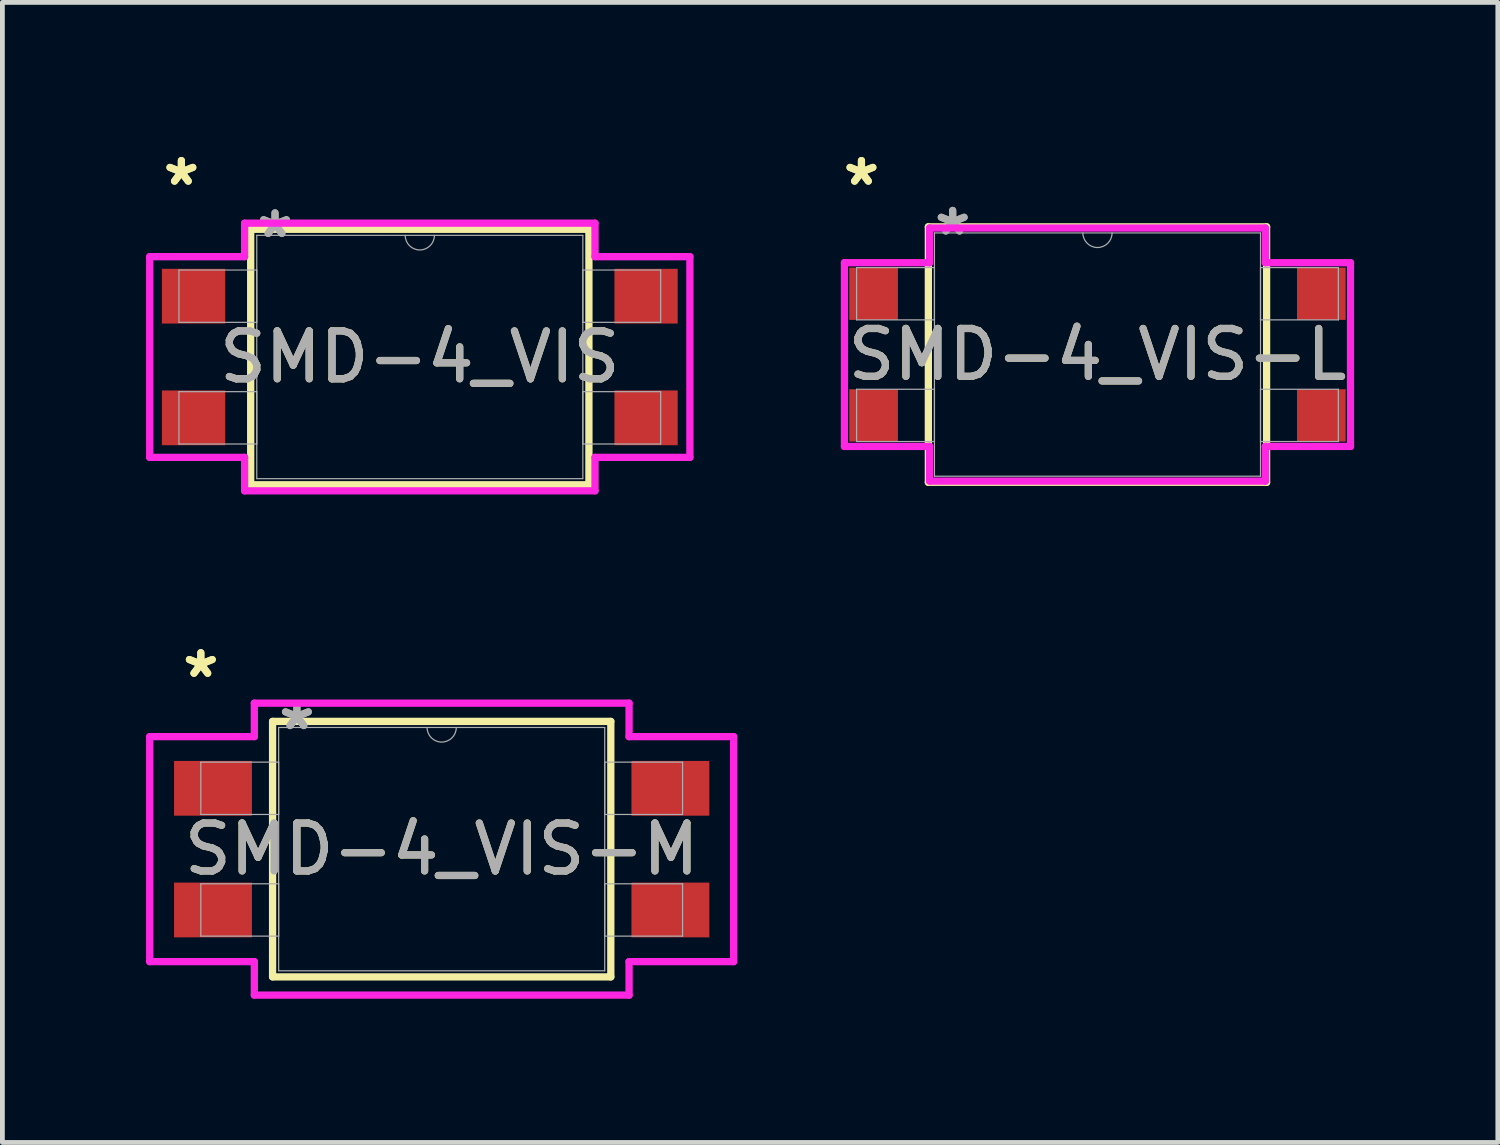
<source format=kicad_pcb>
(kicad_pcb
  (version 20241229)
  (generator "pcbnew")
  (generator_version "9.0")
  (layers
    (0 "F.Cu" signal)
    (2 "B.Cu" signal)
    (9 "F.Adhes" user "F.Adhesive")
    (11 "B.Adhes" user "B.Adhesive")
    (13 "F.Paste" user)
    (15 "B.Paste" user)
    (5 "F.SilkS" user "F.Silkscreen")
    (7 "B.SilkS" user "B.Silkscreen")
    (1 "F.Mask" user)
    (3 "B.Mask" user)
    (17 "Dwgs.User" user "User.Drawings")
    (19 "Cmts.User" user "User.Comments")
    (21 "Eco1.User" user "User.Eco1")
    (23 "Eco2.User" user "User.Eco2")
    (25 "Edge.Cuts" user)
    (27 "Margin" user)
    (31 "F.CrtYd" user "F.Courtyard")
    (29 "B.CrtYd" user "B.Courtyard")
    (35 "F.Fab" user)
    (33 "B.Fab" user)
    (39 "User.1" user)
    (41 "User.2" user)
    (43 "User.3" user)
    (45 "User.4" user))
  (footprint "SMD-4_VIS-M"
    (layer "F.Cu")
    (at 6.172 14.679)
    (property "Reference" "SMD-4_VIS-M" (at 0 0 0) (unlocked yes) (layer "F.SilkS") (effects (font (size 1 1) (thickness 0.15))))
    (attr smd)
    (fp_line (start -3.531 -2.667) (end -3.531 2.667) (stroke (width 0.152) (type solid)) (layer "F.SilkS"))
    (fp_line (start -3.531 2.667) (end 3.531 2.667) (stroke (width 0.152) (type solid)) (layer "F.SilkS"))
    (fp_line (start 3.531 -2.667) (end -3.531 -2.667) (stroke (width 0.152) (type solid)) (layer "F.SilkS"))
    (fp_line (start 3.531 2.667) (end 3.531 -2.667) (stroke (width 0.152) (type solid)) (layer "F.SilkS"))
    (fp_line (start -6.096 -2.349) (end -3.912 -2.349) (stroke (width 0.152) (type solid)) (layer "F.CrtYd"))
    (fp_line (start -6.096 2.349) (end -6.096 -2.349) (stroke (width 0.152) (type solid)) (layer "F.CrtYd"))
    (fp_line (start -6.096 2.349) (end -3.912 2.349) (stroke (width 0.152) (type solid)) (layer "F.CrtYd"))
    (fp_line (start -3.912 -3.048) (end 3.912 -3.048) (stroke (width 0.152) (type solid)) (layer "F.CrtYd"))
    (fp_line (start -3.912 -2.349) (end -3.912 -3.048) (stroke (width 0.152) (type solid)) (layer "F.CrtYd"))
    (fp_line (start -3.912 3.048) (end -3.912 2.349) (stroke (width 0.152) (type solid)) (layer "F.CrtYd"))
    (fp_line (start 3.912 -3.048) (end 3.912 -2.349) (stroke (width 0.152) (type solid)) (layer "F.CrtYd"))
    (fp_line (start 3.912 2.349) (end 3.912 3.048) (stroke (width 0.152) (type solid)) (layer "F.CrtYd"))
    (fp_line (start 3.912 3.048) (end -3.912 3.048) (stroke (width 0.152) (type solid)) (layer "F.CrtYd"))
    (fp_line (start 6.096 -2.349) (end 3.912 -2.349) (stroke (width 0.152) (type solid)) (layer "F.CrtYd"))
    (fp_line (start 6.096 -2.349) (end 6.096 2.349) (stroke (width 0.152) (type solid)) (layer "F.CrtYd"))
    (fp_line (start 6.096 2.349) (end 3.912 2.349) (stroke (width 0.152) (type solid)) (layer "F.CrtYd"))
    (fp_line (start -5.029 -1.816) (end -5.029 -0.724) (stroke (width 0.025) (type solid)) (layer "F.Fab"))
    (fp_line (start -5.029 -0.724) (end -3.404 -0.724) (stroke (width 0.025) (type solid)) (layer "F.Fab"))
    (fp_line (start -5.029 0.724) (end -5.029 1.816) (stroke (width 0.025) (type solid)) (layer "F.Fab"))
    (fp_line (start -5.029 1.816) (end -3.404 1.816) (stroke (width 0.025) (type solid)) (layer "F.Fab"))
    (fp_line (start -3.404 -2.54) (end -3.404 2.54) (stroke (width 0.025) (type solid)) (layer "F.Fab"))
    (fp_line (start -3.404 -1.816) (end -5.029 -1.816) (stroke (width 0.025) (type solid)) (layer "F.Fab"))
    (fp_line (start -3.404 -0.724) (end -3.404 -1.816) (stroke (width 0.025) (type solid)) (layer "F.Fab"))
    (fp_line (start -3.404 0.724) (end -5.029 0.724) (stroke (width 0.025) (type solid)) (layer "F.Fab"))
    (fp_line (start -3.404 1.816) (end -3.404 0.724) (stroke (width 0.025) (type solid)) (layer "F.Fab"))
    (fp_line (start -3.404 2.54) (end 3.404 2.54) (stroke (width 0.025) (type solid)) (layer "F.Fab"))
    (fp_line (start 3.404 -2.54) (end -3.404 -2.54) (stroke (width 0.025) (type solid)) (layer "F.Fab"))
    (fp_line (start 3.404 -1.816) (end 3.404 -0.724) (stroke (width 0.025) (type solid)) (layer "F.Fab"))
    (fp_line (start 3.404 -0.724) (end 5.029 -0.724) (stroke (width 0.025) (type solid)) (layer "F.Fab"))
    (fp_line (start 3.404 0.724) (end 3.404 1.816) (stroke (width 0.025) (type solid)) (layer "F.Fab"))
    (fp_line (start 3.404 1.816) (end 5.029 1.816) (stroke (width 0.025) (type solid)) (layer "F.Fab"))
    (fp_line (start 3.404 2.54) (end 3.404 -2.54) (stroke (width 0.025) (type solid)) (layer "F.Fab"))
    (fp_line (start 5.029 -1.816) (end 3.404 -1.816) (stroke (width 0.025) (type solid)) (layer "F.Fab"))
    (fp_line (start 5.029 -0.724) (end 5.029 -1.816) (stroke (width 0.025) (type solid)) (layer "F.Fab"))
    (fp_line (start 5.029 0.724) (end 3.404 0.724) (stroke (width 0.025) (type solid)) (layer "F.Fab"))
    (fp_line (start 5.029 1.816) (end 5.029 0.724) (stroke (width 0.025) (type solid)) (layer "F.Fab"))
    (fp_arc (start 0.3048 -2.54) (mid 0 -2.2352) (end -0.3048 -2.54) (stroke (width 0.0254) (type solid)) (layer "F.Fab"))
    (fp_text user "*" (at -5.029 -3.556 0) (unlocked yes) (layer "F.SilkS") (effects (font (size 1 1) (thickness 0.15))))
    (fp_text user "*" (at -5.029 -3.556 0) (layer "F.SilkS") (effects (font (size 1 1) (thickness 0.15))))
    (fp_text user "${REFERENCE}" (at 0 0 0) (unlocked yes) (layer "F.Fab") (effects (font (size 1 1) (thickness 0.15))))
    (fp_text user "*" (at -3.023 -2.464 0) (layer "F.Fab") (effects (font (size 1 1) (thickness 0.15))))
    (fp_text user "*" (at -3.023 -2.464 0) (unlocked yes) (layer "F.Fab") (effects (font (size 1 1) (thickness 0.15))))
    (pad "1" smd rect (at -4.775 -1.27) (size 1.626 1.143) (layers "F.Cu" "F.Mask" "F.Paste"))
    (pad "2" smd rect (at -4.775 1.27) (size 1.626 1.143) (layers "F.Cu" "F.Mask" "F.Paste"))
    (pad "3" smd rect (at 4.775 1.27) (size 1.626 1.143) (layers "F.Cu" "F.Mask" "F.Paste"))
    (pad "4" smd rect (at 4.775 -1.27) (size 1.626 1.143) (layers "F.Cu" "F.Mask" "F.Paste")))
  (footprint "SMD-4_VIS-L"
    (layer "F.Cu")
    (at 19.864 4.353)
    (property "Reference" "SMD-4_VIS-L" (at 0 0 0) (unlocked yes) (layer "F.SilkS") (effects (font (size 1 1) (thickness 0.15))))
    (attr smd)
    (fp_line (start -3.531 -2.667) (end -3.531 2.667) (stroke (width 0.152) (type solid)) (layer "F.SilkS"))
    (fp_line (start -3.531 2.667) (end 3.531 2.667) (stroke (width 0.152) (type solid)) (layer "F.SilkS"))
    (fp_line (start 3.531 -2.667) (end -3.531 -2.667) (stroke (width 0.152) (type solid)) (layer "F.SilkS"))
    (fp_line (start 3.531 2.667) (end 3.531 -2.667) (stroke (width 0.152) (type solid)) (layer "F.SilkS"))
    (fp_line (start -5.283 -1.918) (end -3.505 -1.918) (stroke (width 0.152) (type solid)) (layer "F.CrtYd"))
    (fp_line (start -5.283 1.918) (end -5.283 -1.918) (stroke (width 0.152) (type solid)) (layer "F.CrtYd"))
    (fp_line (start -5.283 1.918) (end -3.505 1.918) (stroke (width 0.152) (type solid)) (layer "F.CrtYd"))
    (fp_line (start -3.505 -2.642) (end 3.505 -2.642) (stroke (width 0.152) (type solid)) (layer "F.CrtYd"))
    (fp_line (start -3.505 -1.918) (end -3.505 -2.642) (stroke (width 0.152) (type solid)) (layer "F.CrtYd"))
    (fp_line (start -3.505 2.642) (end -3.505 1.918) (stroke (width 0.152) (type solid)) (layer "F.CrtYd"))
    (fp_line (start 3.505 -2.642) (end 3.505 -1.918) (stroke (width 0.152) (type solid)) (layer "F.CrtYd"))
    (fp_line (start 3.505 1.918) (end 3.505 2.642) (stroke (width 0.152) (type solid)) (layer "F.CrtYd"))
    (fp_line (start 3.505 2.642) (end -3.505 2.642) (stroke (width 0.152) (type solid)) (layer "F.CrtYd"))
    (fp_line (start 5.283 -1.918) (end 3.505 -1.918) (stroke (width 0.152) (type solid)) (layer "F.CrtYd"))
    (fp_line (start 5.283 -1.918) (end 5.283 1.918) (stroke (width 0.152) (type solid)) (layer "F.CrtYd"))
    (fp_line (start 5.283 1.918) (end 3.505 1.918) (stroke (width 0.152) (type solid)) (layer "F.CrtYd"))
    (fp_line (start -5.029 -1.816) (end -5.029 -0.724) (stroke (width 0.025) (type solid)) (layer "F.Fab"))
    (fp_line (start -5.029 -0.724) (end -3.404 -0.724) (stroke (width 0.025) (type solid)) (layer "F.Fab"))
    (fp_line (start -5.029 0.724) (end -5.029 1.816) (stroke (width 0.025) (type solid)) (layer "F.Fab"))
    (fp_line (start -5.029 1.816) (end -3.404 1.816) (stroke (width 0.025) (type solid)) (layer "F.Fab"))
    (fp_line (start -3.404 -2.54) (end -3.404 2.54) (stroke (width 0.025) (type solid)) (layer "F.Fab"))
    (fp_line (start -3.404 -1.816) (end -5.029 -1.816) (stroke (width 0.025) (type solid)) (layer "F.Fab"))
    (fp_line (start -3.404 -0.724) (end -3.404 -1.816) (stroke (width 0.025) (type solid)) (layer "F.Fab"))
    (fp_line (start -3.404 0.724) (end -5.029 0.724) (stroke (width 0.025) (type solid)) (layer "F.Fab"))
    (fp_line (start -3.404 1.816) (end -3.404 0.724) (stroke (width 0.025) (type solid)) (layer "F.Fab"))
    (fp_line (start -3.404 2.54) (end 3.404 2.54) (stroke (width 0.025) (type solid)) (layer "F.Fab"))
    (fp_line (start 3.404 -2.54) (end -3.404 -2.54) (stroke (width 0.025) (type solid)) (layer "F.Fab"))
    (fp_line (start 3.404 -1.816) (end 3.404 -0.724) (stroke (width 0.025) (type solid)) (layer "F.Fab"))
    (fp_line (start 3.404 -0.724) (end 5.029 -0.724) (stroke (width 0.025) (type solid)) (layer "F.Fab"))
    (fp_line (start 3.404 0.724) (end 3.404 1.816) (stroke (width 0.025) (type solid)) (layer "F.Fab"))
    (fp_line (start 3.404 1.816) (end 5.029 1.816) (stroke (width 0.025) (type solid)) (layer "F.Fab"))
    (fp_line (start 3.404 2.54) (end 3.404 -2.54) (stroke (width 0.025) (type solid)) (layer "F.Fab"))
    (fp_line (start 5.029 -1.816) (end 3.404 -1.816) (stroke (width 0.025) (type solid)) (layer "F.Fab"))
    (fp_line (start 5.029 -0.724) (end 5.029 -1.816) (stroke (width 0.025) (type solid)) (layer "F.Fab"))
    (fp_line (start 5.029 0.724) (end 3.404 0.724) (stroke (width 0.025) (type solid)) (layer "F.Fab"))
    (fp_line (start 5.029 1.816) (end 5.029 0.724) (stroke (width 0.025) (type solid)) (layer "F.Fab"))
    (fp_arc (start 0.3048 -2.54) (mid 0 -2.2352) (end -0.3048 -2.54) (stroke (width 0.0254) (type solid)) (layer "F.Fab"))
    (fp_text user "*" (at -4.928 -3.505 0) (layer "F.SilkS") (effects (font (size 1 1) (thickness 0.15))))
    (fp_text user "*" (at -4.928 -3.505 0) (unlocked yes) (layer "F.SilkS") (effects (font (size 1 1) (thickness 0.15))))
    (fp_text user "*" (at -3.023 -2.464 0) (unlocked yes) (layer "F.Fab") (effects (font (size 1 1) (thickness 0.15))))
    (fp_text user "${REFERENCE}" (at 0 0 0) (unlocked yes) (layer "F.Fab") (effects (font (size 1 1) (thickness 0.15))))
    (fp_text user "*" (at -3.023 -2.464 0) (layer "F.Fab") (effects (font (size 1 1) (thickness 0.15))))
    (pad "1" smd rect (at -4.674 -1.27) (size 1.016 1.092) (layers "F.Cu" "F.Mask" "F.Paste"))
    (pad "2" smd rect (at -4.674 1.27) (size 1.016 1.092) (layers "F.Cu" "F.Mask" "F.Paste"))
    (pad "3" smd rect (at 4.674 1.27) (size 1.016 1.092) (layers "F.Cu" "F.Mask" "F.Paste"))
    (pad "4" smd rect (at 4.674 -1.27) (size 1.016 1.092) (layers "F.Cu" "F.Mask" "F.Paste")))
  (footprint "SMD-4_VIS"
    (layer "F.Cu")
    (at 5.715 4.404)
    (property "Reference" "SMD-4_VIS" (at 0 0 0) (unlocked yes) (layer "F.SilkS") (effects (font (size 1 1) (thickness 0.15))))
    (attr smd)
    (fp_line (start -3.531 -2.667) (end -3.531 2.667) (stroke (width 0.152) (type solid)) (layer "F.SilkS"))
    (fp_line (start -3.531 2.667) (end 3.531 2.667) (stroke (width 0.152) (type solid)) (layer "F.SilkS"))
    (fp_line (start 3.531 -2.667) (end -3.531 -2.667) (stroke (width 0.152) (type solid)) (layer "F.SilkS"))
    (fp_line (start 3.531 2.667) (end 3.531 -2.667) (stroke (width 0.152) (type solid)) (layer "F.SilkS"))
    (fp_line (start -5.639 -2.095) (end -3.658 -2.095) (stroke (width 0.152) (type solid)) (layer "F.CrtYd"))
    (fp_line (start -5.639 2.095) (end -5.639 -2.095) (stroke (width 0.152) (type solid)) (layer "F.CrtYd"))
    (fp_line (start -5.639 2.095) (end -3.658 2.095) (stroke (width 0.152) (type solid)) (layer "F.CrtYd"))
    (fp_line (start -3.658 -2.794) (end 3.658 -2.794) (stroke (width 0.152) (type solid)) (layer "F.CrtYd"))
    (fp_line (start -3.658 -2.095) (end -3.658 -2.794) (stroke (width 0.152) (type solid)) (layer "F.CrtYd"))
    (fp_line (start -3.658 2.794) (end -3.658 2.095) (stroke (width 0.152) (type solid)) (layer "F.CrtYd"))
    (fp_line (start 3.658 -2.794) (end 3.658 -2.095) (stroke (width 0.152) (type solid)) (layer "F.CrtYd"))
    (fp_line (start 3.658 2.095) (end 3.658 2.794) (stroke (width 0.152) (type solid)) (layer "F.CrtYd"))
    (fp_line (start 3.658 2.794) (end -3.658 2.794) (stroke (width 0.152) (type solid)) (layer "F.CrtYd"))
    (fp_line (start 5.639 -2.095) (end 3.658 -2.095) (stroke (width 0.152) (type solid)) (layer "F.CrtYd"))
    (fp_line (start 5.639 -2.095) (end 5.639 2.095) (stroke (width 0.152) (type solid)) (layer "F.CrtYd"))
    (fp_line (start 5.639 2.095) (end 3.658 2.095) (stroke (width 0.152) (type solid)) (layer "F.CrtYd"))
    (fp_line (start -5.029 -1.816) (end -5.029 -0.724) (stroke (width 0.025) (type solid)) (layer "F.Fab"))
    (fp_line (start -5.029 -0.724) (end -3.404 -0.724) (stroke (width 0.025) (type solid)) (layer "F.Fab"))
    (fp_line (start -5.029 0.724) (end -5.029 1.816) (stroke (width 0.025) (type solid)) (layer "F.Fab"))
    (fp_line (start -5.029 1.816) (end -3.404 1.816) (stroke (width 0.025) (type solid)) (layer "F.Fab"))
    (fp_line (start -3.404 -2.54) (end -3.404 2.54) (stroke (width 0.025) (type solid)) (layer "F.Fab"))
    (fp_line (start -3.404 -1.816) (end -5.029 -1.816) (stroke (width 0.025) (type solid)) (layer "F.Fab"))
    (fp_line (start -3.404 -0.724) (end -3.404 -1.816) (stroke (width 0.025) (type solid)) (layer "F.Fab"))
    (fp_line (start -3.404 0.724) (end -5.029 0.724) (stroke (width 0.025) (type solid)) (layer "F.Fab"))
    (fp_line (start -3.404 1.816) (end -3.404 0.724) (stroke (width 0.025) (type solid)) (layer "F.Fab"))
    (fp_line (start -3.404 2.54) (end 3.404 2.54) (stroke (width 0.025) (type solid)) (layer "F.Fab"))
    (fp_line (start 3.404 -2.54) (end -3.404 -2.54) (stroke (width 0.025) (type solid)) (layer "F.Fab"))
    (fp_line (start 3.404 -1.816) (end 3.404 -0.724) (stroke (width 0.025) (type solid)) (layer "F.Fab"))
    (fp_line (start 3.404 -0.724) (end 5.029 -0.724) (stroke (width 0.025) (type solid)) (layer "F.Fab"))
    (fp_line (start 3.404 0.724) (end 3.404 1.816) (stroke (width 0.025) (type solid)) (layer "F.Fab"))
    (fp_line (start 3.404 1.816) (end 5.029 1.816) (stroke (width 0.025) (type solid)) (layer "F.Fab"))
    (fp_line (start 3.404 2.54) (end 3.404 -2.54) (stroke (width 0.025) (type solid)) (layer "F.Fab"))
    (fp_line (start 5.029 -1.816) (end 3.404 -1.816) (stroke (width 0.025) (type solid)) (layer "F.Fab"))
    (fp_line (start 5.029 -0.724) (end 5.029 -1.816) (stroke (width 0.025) (type solid)) (layer "F.Fab"))
    (fp_line (start 5.029 0.724) (end 3.404 0.724) (stroke (width 0.025) (type solid)) (layer "F.Fab"))
    (fp_line (start 5.029 1.816) (end 5.029 0.724) (stroke (width 0.025) (type solid)) (layer "F.Fab"))
    (fp_arc (start 0.3048 -2.54) (mid 0 -2.2352) (end -0.3048 -2.54) (stroke (width 0.0254) (type solid)) (layer "F.Fab"))
    (fp_text user "*" (at -4.978 -3.556 0) (layer "F.SilkS") (effects (font (size 1 1) (thickness 0.15))))
    (fp_text user "*" (at -4.978 -3.556 0) (unlocked yes) (layer "F.SilkS") (effects (font (size 1 1) (thickness 0.15))))
    (fp_text user "*" (at -3.023 -2.464 0) (unlocked yes) (layer "F.Fab") (effects (font (size 1 1) (thickness 0.15))))
    (fp_text user "*" (at -3.023 -2.464 0) (layer "F.Fab") (effects (font (size 1 1) (thickness 0.15))))
    (fp_text user "${REFERENCE}" (at 0 0 0) (unlocked yes) (layer "F.Fab") (effects (font (size 1 1) (thickness 0.15))))
    (pad "1" smd rect (at -4.724 -1.27) (size 1.321 1.143) (layers "F.Cu" "F.Mask" "F.Paste"))
    (pad "2" smd rect (at -4.724 1.27) (size 1.321 1.143) (layers "F.Cu" "F.Mask" "F.Paste"))
    (pad "3" smd rect (at 4.724 1.27) (size 1.321 1.143) (layers "F.Cu" "F.Mask" "F.Paste"))
    (pad "4" smd rect (at 4.724 -1.27) (size 1.321 1.143) (layers "F.Cu" "F.Mask" "F.Paste")))
  (gr_rect
    (start -3 -3)
    (end 28.223 20.803)
    (stroke (width 0.1) (type default))
    (fill no)
    (layer "Edge.Cuts")))
</source>
